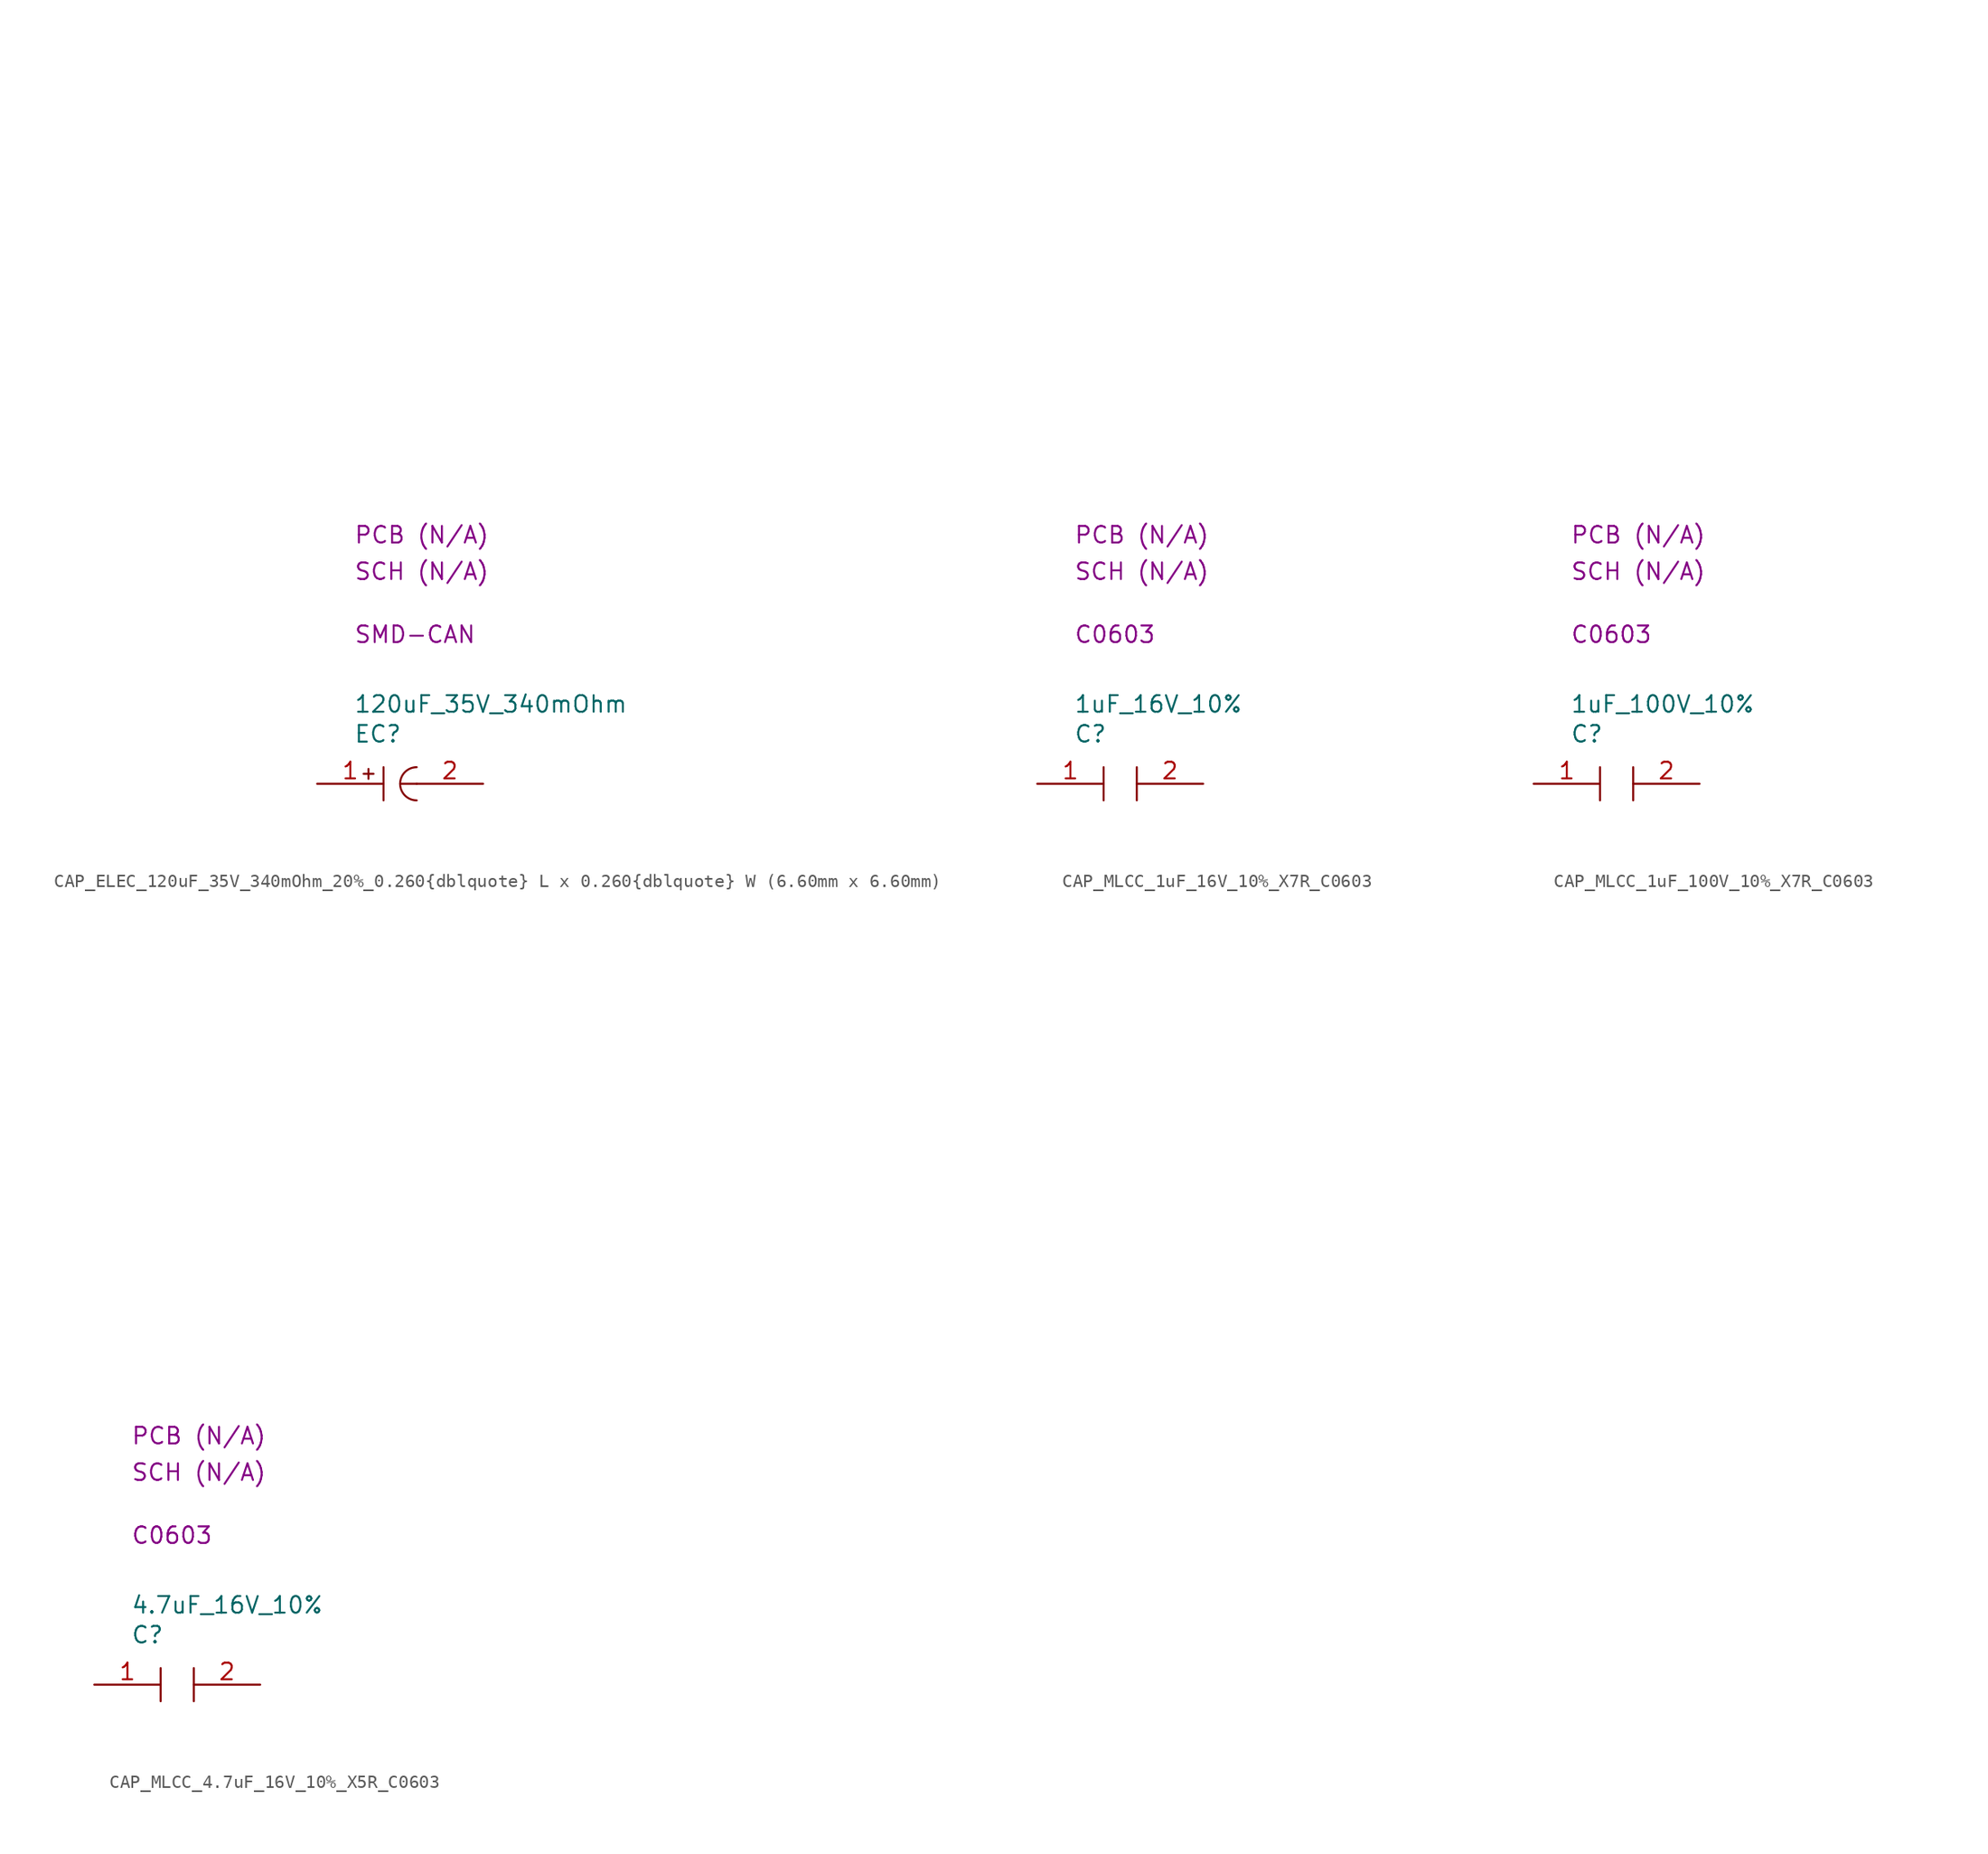
<source format=kicad_sym>
(kicad_symbol_lib
  (version 20231120)
  (generator "kicad_symbol_editor")
  (generator_version "8.0")
  (symbol "CAP_ELEC_120uF_35V_340mOhm_20%_0.260{dblquote} L x 0.260{dblquote} W (6.60mm x 6.60mm)"
    (property "Reference" "EC"
      (at 2.794 3.81 0)
      (effects (font (size 1.27 1.27)) (justify left)))
    (property "Value" "120uF_35V_340mOhm"
      (at 2.794 6.096 0)
      (effects (font (size 1.27 1.27)) (justify left)))
    (property "Package" "SMD-CAN"
      (at 2.794 11.43 0)
      (effects (font (size 1.27 1.27)) (justify left)))
    (property "SCH CHECK" "SCH (N/A)"
      (at 2.794 16.256 0)
      (effects (font (size 1.27 1.27)) (justify left)))
    (property "PCB CHECk" "PCB (N/A)"
      (at 2.794 19.05 0)
      (effects (font (size 1.27 1.27)) (justify left)))
    (symbol "CAP_ELEC_120uF_35V_340mOhm_20%_0.260{dblquote} L x 0.260{dblquote} W (6.60mm x 6.60mm)_0_1"
      (polyline private (pts (xy 2.54 2.54) (xy 27.94 2.54)) (stroke (width 0) (type default)) (fill (type none)))
      (polyline private (pts (xy 2.54 5.08) (xy 27.94 5.08)) (stroke (width 0) (type default)) (fill (type none)))
      (polyline private (pts (xy 2.54 7.62) (xy 27.94 7.62)) (stroke (width 0) (type default)) (fill (type none)))
      (polyline private (pts (xy 2.54 10.16) (xy 27.94 10.16)) (stroke (width 0) (type default)) (fill (type none)))
      (polyline private (pts (xy 2.54 12.7) (xy 27.94 12.7)) (stroke (width 0) (type default)) (fill (type none)))
      (polyline private (pts (xy 2.54 15.24) (xy 27.94 15.24)) (stroke (width 0) (type default)) (fill (type none)))
      (polyline private (pts (xy 2.54 17.78) (xy 27.94 17.78)) (stroke (width 0) (type default)) (fill (type none)))
      (polyline private (pts (xy 2.54 20.32) (xy 27.94 20.32)) (stroke (width 0) (type default)) (fill (type none)))
      (polyline private (pts (xy 2.54 22.86) (xy 27.94 22.86)) (stroke (width 0) (type default)) (fill (type none)))
      (polyline private (pts (xy 2.54 25.4) (xy 27.94 25.4)) (stroke (width 0) (type default)) (fill (type none)))
      (polyline private (pts (xy 2.54 27.94) (xy 27.94 27.94)) (stroke (width 0) (type default)) (fill (type none)))
      (polyline private (pts (xy 2.54 30.48) (xy 27.94 30.48)) (stroke (width 0) (type default)) (fill (type none)))
      (polyline private (pts (xy 2.54 33.02) (xy 27.94 33.02)) (stroke (width 0) (type default)) (fill (type none)))
      (polyline private (pts (xy 2.54 35.56) (xy 27.94 35.56)) (stroke (width 0) (type default)) (fill (type none)))
      (polyline private (pts (xy 2.54 38.1) (xy 27.94 38.1)) (stroke (width 0) (type default)) (fill (type none)))
      (polyline private (pts (xy 2.54 40.64) (xy 27.94 40.64)) (stroke (width 0) (type default)) (fill (type none)))
      (polyline private (pts (xy 2.54 43.18) (xy 27.94 43.18)) (stroke (width 0) (type default)) (fill (type none)))
      (polyline private (pts (xy 2.54 45.72) (xy 27.94 45.72)) (stroke (width 0) (type default)) (fill (type none)))
      (polyline private (pts (xy 2.54 48.26) (xy 27.94 48.26)) (stroke (width 0) (type default)) (fill (type none)))
      (polyline private (pts (xy 2.54 50.8) (xy 27.94 50.8)) (stroke (width 0) (type default)) (fill (type none)))
      (polyline (pts (xy 3.556 0.762) (xy 4.318 0.762)) (stroke (width 0) (type default)) (fill (type none)))
      (polyline (pts (xy 3.93 1.139) (xy 3.93 0.377)) (stroke (width 0) (type default)) (fill (type none)))
      (polyline (pts (xy 5.08 1.27) (xy 5.08 -1.27)) (stroke (width 0) (type default)) (fill (type none)))
      (polyline (pts (xy 7.62 0) (xy 6.35 0)) (stroke (width 0) (type default)) (fill (type none)))
      (arc (start 7.62 1.27) (mid 6.35 0) (end 7.62 -1.27) (stroke (width 0) (type default)) (fill (type none))))
    (symbol "CAP_ELEC_120uF_35V_340mOhm_20%_0.260{dblquote} L x 0.260{dblquote} W (6.60mm x 6.60mm)_1_1"
      (pin passive line (at 0 0 0) (length 5.08) (name "" (effects (font (size 1.27 1.27)))) (number "1" (effects (font (size 1.27 1.27)))))
      (pin passive line (at 12.7 0 180) (length 5.08) (name "" (effects (font (size 1.27 1.27)))) (number "2" (effects (font (size 1.27 1.27)))))))
  (symbol "CAP_MLCC_1uF_16V_10%_X7R_C0603"
    (property "Reference" "C"
      (at 2.794 3.81 0)
      (effects (font (size 1.27 1.27)) (justify left)))
    (property "Value" "1uF_16V_10%"
      (at 2.794 6.096 0)
      (effects (font (size 1.27 1.27)) (justify left)))
    (property "Package" "C0603"
      (at 2.794 11.43 0)
      (effects (font (size 1.27 1.27)) (justify left)))
    (property "SCH CHECK" "SCH (N/A)"
      (at 2.794 16.256 0)
      (effects (font (size 1.27 1.27)) (justify left)))
    (property "PCB CHECk" "PCB (N/A)"
      (at 2.794 19.05 0)
      (effects (font (size 1.27 1.27)) (justify left)))
    (symbol "CAP_MLCC_1uF_16V_10%_X7R_C0603_0_1"
      (polyline private (pts (xy 2.54 2.54) (xy 27.94 2.54)) (stroke (width 0) (type default)) (fill (type none)))
      (polyline private (pts (xy 2.54 5.08) (xy 27.94 5.08)) (stroke (width 0) (type default)) (fill (type none)))
      (polyline private (pts (xy 2.54 7.62) (xy 27.94 7.62)) (stroke (width 0) (type default)) (fill (type none)))
      (polyline private (pts (xy 2.54 10.16) (xy 27.94 10.16)) (stroke (width 0) (type default)) (fill (type none)))
      (polyline private (pts (xy 2.54 12.7) (xy 27.94 12.7)) (stroke (width 0) (type default)) (fill (type none)))
      (polyline private (pts (xy 2.54 15.24) (xy 27.94 15.24)) (stroke (width 0) (type default)) (fill (type none)))
      (polyline private (pts (xy 2.54 17.78) (xy 27.94 17.78)) (stroke (width 0) (type default)) (fill (type none)))
      (polyline private (pts (xy 2.54 20.32) (xy 27.94 20.32)) (stroke (width 0) (type default)) (fill (type none)))
      (polyline private (pts (xy 2.54 22.86) (xy 27.94 22.86)) (stroke (width 0) (type default)) (fill (type none)))
      (polyline private (pts (xy 2.54 25.4) (xy 27.94 25.4)) (stroke (width 0) (type default)) (fill (type none)))
      (polyline private (pts (xy 2.54 27.94) (xy 27.94 27.94)) (stroke (width 0) (type default)) (fill (type none)))
      (polyline private (pts (xy 2.54 30.48) (xy 27.94 30.48)) (stroke (width 0) (type default)) (fill (type none)))
      (polyline private (pts (xy 2.54 33.02) (xy 27.94 33.02)) (stroke (width 0) (type default)) (fill (type none)))
      (polyline private (pts (xy 2.54 35.56) (xy 27.94 35.56)) (stroke (width 0) (type default)) (fill (type none)))
      (polyline private (pts (xy 2.54 38.1) (xy 27.94 38.1)) (stroke (width 0) (type default)) (fill (type none)))
      (polyline private (pts (xy 2.54 40.64) (xy 27.94 40.64)) (stroke (width 0) (type default)) (fill (type none)))
      (polyline private (pts (xy 2.54 43.18) (xy 27.94 43.18)) (stroke (width 0) (type default)) (fill (type none)))
      (polyline private (pts (xy 2.54 45.72) (xy 27.94 45.72)) (stroke (width 0) (type default)) (fill (type none)))
      (polyline private (pts (xy 2.54 48.26) (xy 27.94 48.26)) (stroke (width 0) (type default)) (fill (type none)))
      (polyline private (pts (xy 2.54 50.8) (xy 27.94 50.8)) (stroke (width 0) (type default)) (fill (type none)))
      (polyline (pts (xy 5.08 1.27) (xy 5.08 -1.27)) (stroke (width 0) (type default)) (fill (type none)))
      (polyline (pts (xy 7.62 1.27) (xy 7.62 -1.27)) (stroke (width 0) (type default)) (fill (type none))))
    (symbol "CAP_MLCC_1uF_16V_10%_X7R_C0603_1_1"
      (pin passive line (at 0 0 0) (length 5.08) (name "" (effects (font (size 1.27 1.27)))) (number "1" (effects (font (size 1.27 1.27)))))
      (pin passive line (at 12.7 0 180) (length 5.08) (name "" (effects (font (size 1.27 1.27)))) (number "2" (effects (font (size 1.27 1.27)))))))
  (symbol "CAP_MLCC_1uF_100V_10%_X7R_C0603"
    (property "Reference" "C"
      (at 2.794 3.81 0)
      (effects (font (size 1.27 1.27)) (justify left)))
    (property "Value" "1uF_100V_10%"
      (at 2.794 6.096 0)
      (effects (font (size 1.27 1.27)) (justify left)))
    (property "Package" "C0603"
      (at 2.794 11.43 0)
      (effects (font (size 1.27 1.27)) (justify left)))
    (property "SCH CHECK" "SCH (N/A)"
      (at 2.794 16.256 0)
      (effects (font (size 1.27 1.27)) (justify left)))
    (property "PCB CHECk" "PCB (N/A)"
      (at 2.794 19.05 0)
      (effects (font (size 1.27 1.27)) (justify left)))
    (symbol "CAP_MLCC_1uF_100V_10%_X7R_C0603_0_1"
      (polyline private (pts (xy 2.54 2.54) (xy 27.94 2.54)) (stroke (width 0) (type default)) (fill (type none)))
      (polyline private (pts (xy 2.54 5.08) (xy 27.94 5.08)) (stroke (width 0) (type default)) (fill (type none)))
      (polyline private (pts (xy 2.54 7.62) (xy 27.94 7.62)) (stroke (width 0) (type default)) (fill (type none)))
      (polyline private (pts (xy 2.54 10.16) (xy 27.94 10.16)) (stroke (width 0) (type default)) (fill (type none)))
      (polyline private (pts (xy 2.54 12.7) (xy 27.94 12.7)) (stroke (width 0) (type default)) (fill (type none)))
      (polyline private (pts (xy 2.54 15.24) (xy 27.94 15.24)) (stroke (width 0) (type default)) (fill (type none)))
      (polyline private (pts (xy 2.54 17.78) (xy 27.94 17.78)) (stroke (width 0) (type default)) (fill (type none)))
      (polyline private (pts (xy 2.54 20.32) (xy 27.94 20.32)) (stroke (width 0) (type default)) (fill (type none)))
      (polyline private (pts (xy 2.54 22.86) (xy 27.94 22.86)) (stroke (width 0) (type default)) (fill (type none)))
      (polyline private (pts (xy 2.54 25.4) (xy 27.94 25.4)) (stroke (width 0) (type default)) (fill (type none)))
      (polyline private (pts (xy 2.54 27.94) (xy 27.94 27.94)) (stroke (width 0) (type default)) (fill (type none)))
      (polyline private (pts (xy 2.54 30.48) (xy 27.94 30.48)) (stroke (width 0) (type default)) (fill (type none)))
      (polyline private (pts (xy 2.54 33.02) (xy 27.94 33.02)) (stroke (width 0) (type default)) (fill (type none)))
      (polyline private (pts (xy 2.54 35.56) (xy 27.94 35.56)) (stroke (width 0) (type default)) (fill (type none)))
      (polyline private (pts (xy 2.54 38.1) (xy 27.94 38.1)) (stroke (width 0) (type default)) (fill (type none)))
      (polyline private (pts (xy 2.54 40.64) (xy 27.94 40.64)) (stroke (width 0) (type default)) (fill (type none)))
      (polyline private (pts (xy 2.54 43.18) (xy 27.94 43.18)) (stroke (width 0) (type default)) (fill (type none)))
      (polyline private (pts (xy 2.54 45.72) (xy 27.94 45.72)) (stroke (width 0) (type default)) (fill (type none)))
      (polyline private (pts (xy 2.54 48.26) (xy 27.94 48.26)) (stroke (width 0) (type default)) (fill (type none)))
      (polyline private (pts (xy 2.54 50.8) (xy 27.94 50.8)) (stroke (width 0) (type default)) (fill (type none)))
      (polyline (pts (xy 5.08 1.27) (xy 5.08 -1.27)) (stroke (width 0) (type default)) (fill (type none)))
      (polyline (pts (xy 7.62 1.27) (xy 7.62 -1.27)) (stroke (width 0) (type default)) (fill (type none))))
    (symbol "CAP_MLCC_1uF_100V_10%_X7R_C0603_1_1"
      (pin passive line (at 0 0 0) (length 5.08) (name "" (effects (font (size 1.27 1.27)))) (number "1" (effects (font (size 1.27 1.27)))))
      (pin passive line (at 12.7 0 180) (length 5.08) (name "" (effects (font (size 1.27 1.27)))) (number "2" (effects (font (size 1.27 1.27)))))))
  (symbol "CAP_MLCC_4.7uF_16V_10%_X5R_C0603"
    (property "Reference" "C"
      (at 2.794 3.81 0)
      (effects (font (size 1.27 1.27)) (justify left)))
    (property "Value" "4.7uF_16V_10%"
      (at 2.794 6.096 0)
      (effects (font (size 1.27 1.27)) (justify left)))
    (property "Package" "C0603"
      (at 2.794 11.43 0)
      (effects (font (size 1.27 1.27)) (justify left)))
    (property "SCH CHECK" "SCH (N/A)"
      (at 2.794 16.256 0)
      (effects (font (size 1.27 1.27)) (justify left)))
    (property "PCB CHECk" "PCB (N/A)"
      (at 2.794 19.05 0)
      (effects (font (size 1.27 1.27)) (justify left)))
    (symbol "CAP_MLCC_4.7uF_16V_10%_X5R_C0603_0_1"
      (polyline private (pts (xy 2.54 2.54) (xy 27.94 2.54)) (stroke (width 0) (type default)) (fill (type none)))
      (polyline private (pts (xy 2.54 5.08) (xy 27.94 5.08)) (stroke (width 0) (type default)) (fill (type none)))
      (polyline private (pts (xy 2.54 7.62) (xy 27.94 7.62)) (stroke (width 0) (type default)) (fill (type none)))
      (polyline private (pts (xy 2.54 10.16) (xy 27.94 10.16)) (stroke (width 0) (type default)) (fill (type none)))
      (polyline private (pts (xy 2.54 12.7) (xy 27.94 12.7)) (stroke (width 0) (type default)) (fill (type none)))
      (polyline private (pts (xy 2.54 15.24) (xy 27.94 15.24)) (stroke (width 0) (type default)) (fill (type none)))
      (polyline private (pts (xy 2.54 17.78) (xy 27.94 17.78)) (stroke (width 0) (type default)) (fill (type none)))
      (polyline private (pts (xy 2.54 20.32) (xy 27.94 20.32)) (stroke (width 0) (type default)) (fill (type none)))
      (polyline private (pts (xy 2.54 22.86) (xy 27.94 22.86)) (stroke (width 0) (type default)) (fill (type none)))
      (polyline private (pts (xy 2.54 25.4) (xy 27.94 25.4)) (stroke (width 0) (type default)) (fill (type none)))
      (polyline private (pts (xy 2.54 27.94) (xy 27.94 27.94)) (stroke (width 0) (type default)) (fill (type none)))
      (polyline private (pts (xy 2.54 30.48) (xy 27.94 30.48)) (stroke (width 0) (type default)) (fill (type none)))
      (polyline private (pts (xy 2.54 33.02) (xy 27.94 33.02)) (stroke (width 0) (type default)) (fill (type none)))
      (polyline private (pts (xy 2.54 35.56) (xy 27.94 35.56)) (stroke (width 0) (type default)) (fill (type none)))
      (polyline private (pts (xy 2.54 38.1) (xy 27.94 38.1)) (stroke (width 0) (type default)) (fill (type none)))
      (polyline private (pts (xy 2.54 40.64) (xy 27.94 40.64)) (stroke (width 0) (type default)) (fill (type none)))
      (polyline private (pts (xy 2.54 43.18) (xy 27.94 43.18)) (stroke (width 0) (type default)) (fill (type none)))
      (polyline private (pts (xy 2.54 45.72) (xy 27.94 45.72)) (stroke (width 0) (type default)) (fill (type none)))
      (polyline private (pts (xy 2.54 48.26) (xy 27.94 48.26)) (stroke (width 0) (type default)) (fill (type none)))
      (polyline private (pts (xy 2.54 50.8) (xy 27.94 50.8)) (stroke (width 0) (type default)) (fill (type none)))
      (polyline (pts (xy 5.08 1.27) (xy 5.08 -1.27)) (stroke (width 0) (type default)) (fill (type none)))
      (polyline (pts (xy 7.62 1.27) (xy 7.62 -1.27)) (stroke (width 0) (type default)) (fill (type none))))
    (symbol "CAP_MLCC_4.7uF_16V_10%_X5R_C0603_1_1"
      (pin passive line (at 0 0 0) (length 5.08) (name "" (effects (font (size 1.27 1.27)))) (number "1" (effects (font (size 1.27 1.27)))))
      (pin passive line (at 12.7 0 180) (length 5.08) (name "" (effects (font (size 1.27 1.27)))) (number "2" (effects (font (size 1.27 1.27))))))))
</source>
